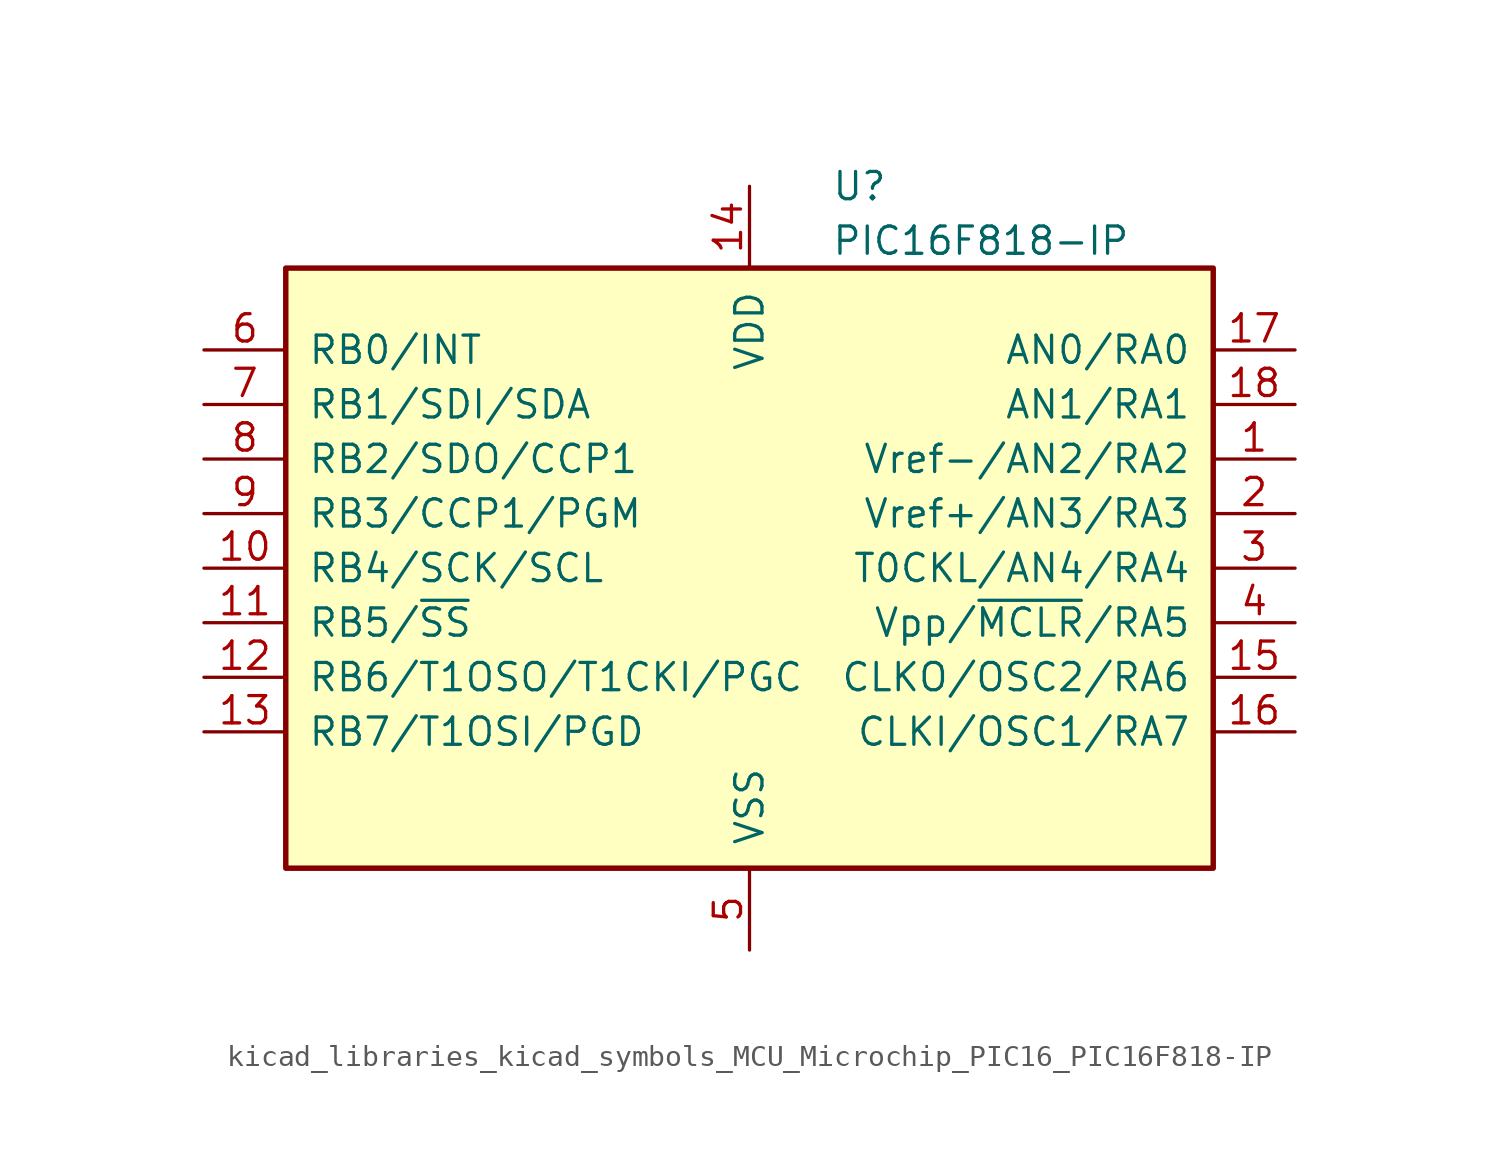
<source format=kicad_sym>
(kicad_symbol_lib
  (version 20220914)
  (generator kicad_symbol_editor)
  (symbol "kicad_libraries_kicad_symbols_MCU_Microchip_PIC16_PIC16F818-IP"
    (pin_names
      (offset 1.016))
    (property "Reference" "U"
      (at 3.81 17.78 0)
      (effects (font (size 1.27 1.27)) (justify left)))
    (property "Value" "PIC16F818-IP"
      (at 3.81 15.24 0)
      (effects (font (size 1.27 1.27)) (justify left)))
    (symbol "kicad_libraries_kicad_symbols_MCU_Microchip_PIC16_PIC16F818-IP_0_1"
      (rectangle (start -21.59 13.97) (end 21.59 -13.97) (stroke (width 0.254) (type default)) (fill (type background))))
    (symbol "kicad_libraries_kicad_symbols_MCU_Microchip_PIC16_PIC16F818-IP_1_1"
      (pin bidirectional line (at 25.4 5.08 180) (length 3.81) (name "Vref-/AN2/RA2" (effects (font (size 1.27 1.27)))) (number "1" (effects (font (size 1.27 1.27)))))
      (pin bidirectional line (at -25.4 0 0) (length 3.81) (name "RB4/SCK/SCL" (effects (font (size 1.27 1.27)))) (number "10" (effects (font (size 1.27 1.27)))))
      (pin bidirectional line (at -25.4 -2.54 0) (length 3.81) (name "RB5/~{SS}" (effects (font (size 1.27 1.27)))) (number "11" (effects (font (size 1.27 1.27)))))
      (pin bidirectional line (at -25.4 -5.08 0) (length 3.81) (name "RB6/T1OSO/T1CKI/PGC" (effects (font (size 1.27 1.27)))) (number "12" (effects (font (size 1.27 1.27)))))
      (pin bidirectional line (at -25.4 -7.62 0) (length 3.81) (name "RB7/T1OSI/PGD" (effects (font (size 1.27 1.27)))) (number "13" (effects (font (size 1.27 1.27)))))
      (pin power_in line (at 0 17.78 270) (length 3.81) (name "VDD" (effects (font (size 1.27 1.27)))) (number "14" (effects (font (size 1.27 1.27)))))
      (pin bidirectional line (at 25.4 -5.08 180) (length 3.81) (name "CLKO/OSC2/RA6" (effects (font (size 1.27 1.27)))) (number "15" (effects (font (size 1.27 1.27)))))
      (pin bidirectional line (at 25.4 -7.62 180) (length 3.81) (name "CLKI/OSC1/RA7" (effects (font (size 1.27 1.27)))) (number "16" (effects (font (size 1.27 1.27)))))
      (pin bidirectional line (at 25.4 10.16 180) (length 3.81) (name "AN0/RA0" (effects (font (size 1.27 1.27)))) (number "17" (effects (font (size 1.27 1.27)))))
      (pin bidirectional line (at 25.4 7.62 180) (length 3.81) (name "AN1/RA1" (effects (font (size 1.27 1.27)))) (number "18" (effects (font (size 1.27 1.27)))))
      (pin bidirectional line (at 25.4 2.54 180) (length 3.81) (name "Vref+/AN3/RA3" (effects (font (size 1.27 1.27)))) (number "2" (effects (font (size 1.27 1.27)))))
      (pin bidirectional line (at 25.4 0 180) (length 3.81) (name "T0CKL/AN4/RA4" (effects (font (size 1.27 1.27)))) (number "3" (effects (font (size 1.27 1.27)))))
      (pin input line (at 25.4 -2.54 180) (length 3.81) (name "Vpp/~{MCLR}/RA5" (effects (font (size 1.27 1.27)))) (number "4" (effects (font (size 1.27 1.27)))))
      (pin power_in line (at 0 -17.78 90) (length 3.81) (name "VSS" (effects (font (size 1.27 1.27)))) (number "5" (effects (font (size 1.27 1.27)))))
      (pin bidirectional line (at -25.4 10.16 0) (length 3.81) (name "RB0/INT" (effects (font (size 1.27 1.27)))) (number "6" (effects (font (size 1.27 1.27)))))
      (pin bidirectional line (at -25.4 7.62 0) (length 3.81) (name "RB1/SDI/SDA" (effects (font (size 1.27 1.27)))) (number "7" (effects (font (size 1.27 1.27)))))
      (pin bidirectional line (at -25.4 5.08 0) (length 3.81) (name "RB2/SDO/CCP1" (effects (font (size 1.27 1.27)))) (number "8" (effects (font (size 1.27 1.27)))))
      (pin bidirectional line (at -25.4 2.54 0) (length 3.81) (name "RB3/CCP1/PGM" (effects (font (size 1.27 1.27)))) (number "9" (effects (font (size 1.27 1.27))))))))
</source>
